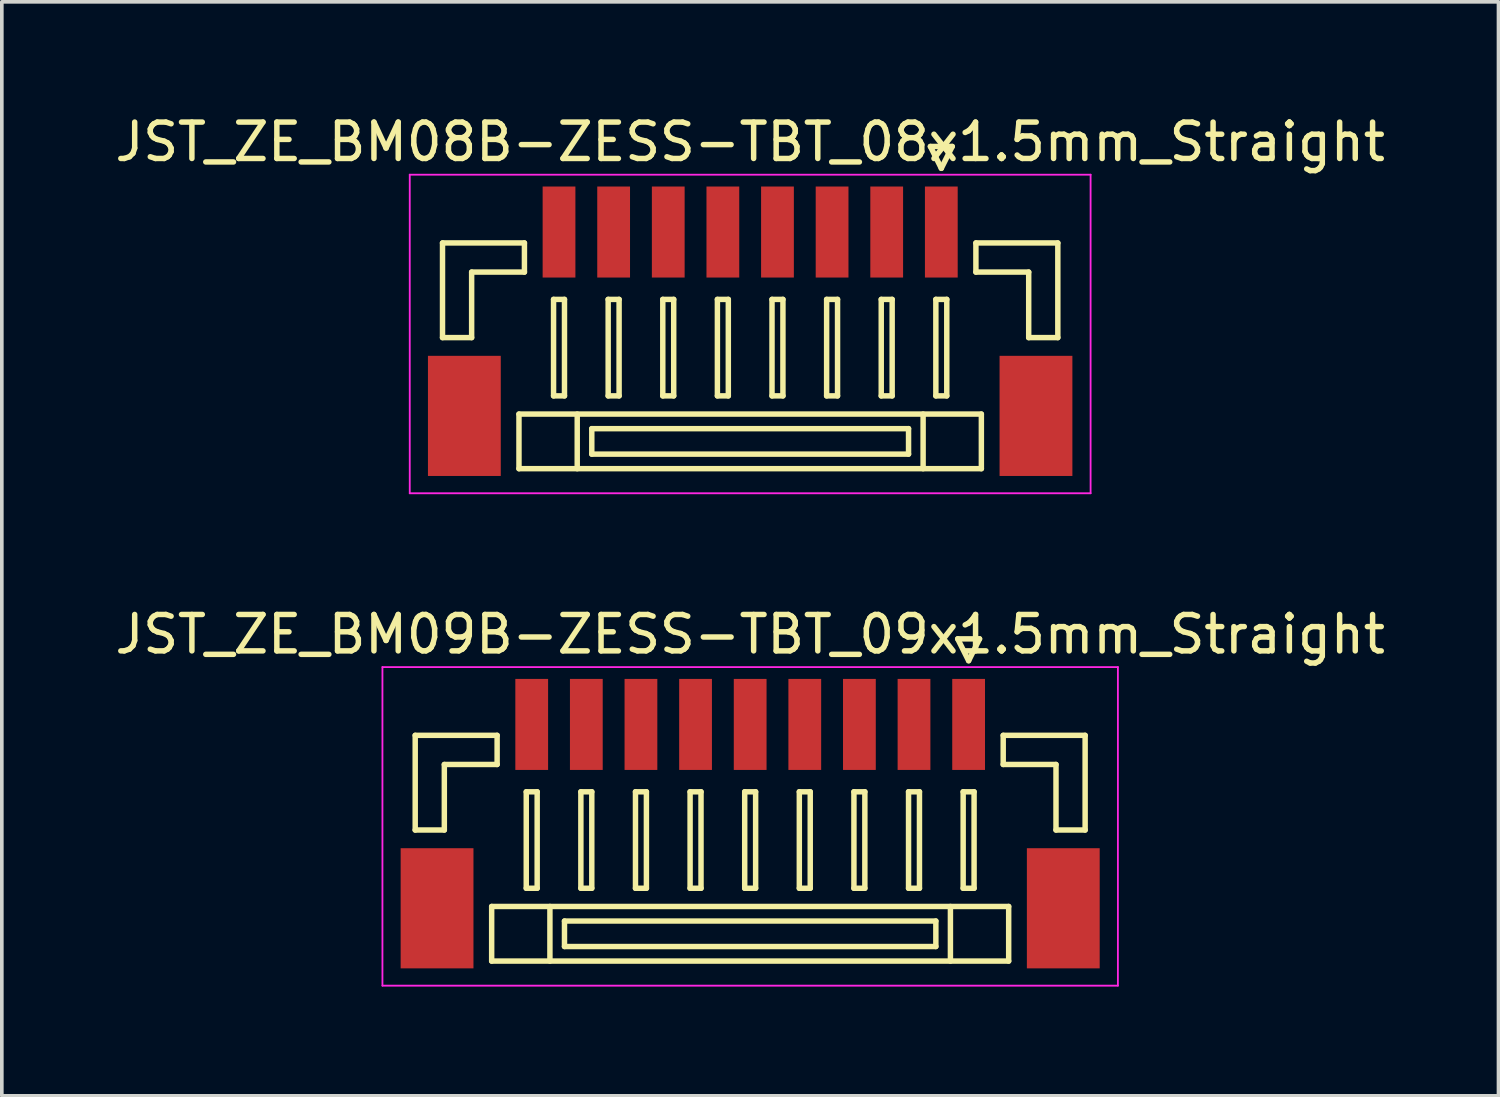
<source format=kicad_pcb>
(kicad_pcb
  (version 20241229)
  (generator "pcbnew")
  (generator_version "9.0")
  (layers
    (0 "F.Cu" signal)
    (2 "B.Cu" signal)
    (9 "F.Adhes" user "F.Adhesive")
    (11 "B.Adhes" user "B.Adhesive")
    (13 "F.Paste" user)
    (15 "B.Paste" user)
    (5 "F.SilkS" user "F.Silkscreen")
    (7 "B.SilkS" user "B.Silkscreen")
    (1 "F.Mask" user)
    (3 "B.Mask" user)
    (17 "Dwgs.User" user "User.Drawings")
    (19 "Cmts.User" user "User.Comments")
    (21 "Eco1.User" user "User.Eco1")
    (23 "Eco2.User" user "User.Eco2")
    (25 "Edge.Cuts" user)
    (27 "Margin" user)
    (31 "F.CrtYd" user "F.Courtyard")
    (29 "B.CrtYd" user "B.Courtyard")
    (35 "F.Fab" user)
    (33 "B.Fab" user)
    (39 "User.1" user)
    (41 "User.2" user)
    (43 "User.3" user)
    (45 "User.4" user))
  (footprint "JST_ZE_BM08B-ZESS-TBT_08x1.5mm_Straight"
    (layer "F.Cu")
    (at 17.554 5.848)
    (property "Reference" "JST_ZE_BM08B-ZESS-TBT_08x1.5mm_Straight" (at 0 -5 0) (layer "F.SilkS") (effects (font (size 1 1) (thickness 0.15))))
    (attr smd)
    (fp_line (start -8.45 -2.225) (end -8.45 0.375) (stroke (width 0.15) (type solid)) (layer "F.SilkS"))
    (fp_line (start -8.45 0.375) (end -7.65 0.375) (stroke (width 0.15) (type solid)) (layer "F.SilkS"))
    (fp_line (start -7.65 -1.425) (end -6.2 -1.425) (stroke (width 0.15) (type solid)) (layer "F.SilkS"))
    (fp_line (start -7.65 0.375) (end -7.65 -1.425) (stroke (width 0.15) (type solid)) (layer "F.SilkS"))
    (fp_line (start -6.35 2.475) (end -6.35 3.975) (stroke (width 0.15) (type solid)) (layer "F.SilkS"))
    (fp_line (start -6.35 3.975) (end 6.35 3.975) (stroke (width 0.15) (type solid)) (layer "F.SilkS"))
    (fp_line (start -6.2 -2.225) (end -8.45 -2.225) (stroke (width 0.15) (type solid)) (layer "F.SilkS"))
    (fp_line (start -6.2 -1.425) (end -6.2 -2.225) (stroke (width 0.15) (type solid)) (layer "F.SilkS"))
    (fp_line (start -5.4 -0.675) (end -5.4 1.975) (stroke (width 0.15) (type solid)) (layer "F.SilkS"))
    (fp_line (start -5.4 1.975) (end -5.1 1.975) (stroke (width 0.15) (type solid)) (layer "F.SilkS"))
    (fp_line (start -5.1 -0.675) (end -5.4 -0.675) (stroke (width 0.15) (type solid)) (layer "F.SilkS"))
    (fp_line (start -5.1 1.975) (end -5.1 -0.675) (stroke (width 0.15) (type solid)) (layer "F.SilkS"))
    (fp_line (start -4.75 2.475) (end -4.75 3.975) (stroke (width 0.15) (type solid)) (layer "F.SilkS"))
    (fp_line (start -4.35 2.875) (end -4.35 3.575) (stroke (width 0.15) (type solid)) (layer "F.SilkS"))
    (fp_line (start -4.35 3.575) (end 4.35 3.575) (stroke (width 0.15) (type solid)) (layer "F.SilkS"))
    (fp_line (start -3.9 -0.675) (end -3.9 1.975) (stroke (width 0.15) (type solid)) (layer "F.SilkS"))
    (fp_line (start -3.9 1.975) (end -3.6 1.975) (stroke (width 0.15) (type solid)) (layer "F.SilkS"))
    (fp_line (start -3.6 -0.675) (end -3.9 -0.675) (stroke (width 0.15) (type solid)) (layer "F.SilkS"))
    (fp_line (start -3.6 1.975) (end -3.6 -0.675) (stroke (width 0.15) (type solid)) (layer "F.SilkS"))
    (fp_line (start -2.4 -0.675) (end -2.4 1.975) (stroke (width 0.15) (type solid)) (layer "F.SilkS"))
    (fp_line (start -2.4 1.975) (end -2.1 1.975) (stroke (width 0.15) (type solid)) (layer "F.SilkS"))
    (fp_line (start -2.1 -0.675) (end -2.4 -0.675) (stroke (width 0.15) (type solid)) (layer "F.SilkS"))
    (fp_line (start -2.1 1.975) (end -2.1 -0.675) (stroke (width 0.15) (type solid)) (layer "F.SilkS"))
    (fp_line (start -0.9 -0.675) (end -0.9 1.975) (stroke (width 0.15) (type solid)) (layer "F.SilkS"))
    (fp_line (start -0.9 1.975) (end -0.6 1.975) (stroke (width 0.15) (type solid)) (layer "F.SilkS"))
    (fp_line (start -0.6 -0.675) (end -0.9 -0.675) (stroke (width 0.15) (type solid)) (layer "F.SilkS"))
    (fp_line (start -0.6 1.975) (end -0.6 -0.675) (stroke (width 0.15) (type solid)) (layer "F.SilkS"))
    (fp_line (start 0.6 -0.675) (end 0.6 1.975) (stroke (width 0.15) (type solid)) (layer "F.SilkS"))
    (fp_line (start 0.6 1.975) (end 0.9 1.975) (stroke (width 0.15) (type solid)) (layer "F.SilkS"))
    (fp_line (start 0.9 -0.675) (end 0.6 -0.675) (stroke (width 0.15) (type solid)) (layer "F.SilkS"))
    (fp_line (start 0.9 1.975) (end 0.9 -0.675) (stroke (width 0.15) (type solid)) (layer "F.SilkS"))
    (fp_line (start 2.1 -0.675) (end 2.1 1.975) (stroke (width 0.15) (type solid)) (layer "F.SilkS"))
    (fp_line (start 2.1 1.975) (end 2.4 1.975) (stroke (width 0.15) (type solid)) (layer "F.SilkS"))
    (fp_line (start 2.4 -0.675) (end 2.1 -0.675) (stroke (width 0.15) (type solid)) (layer "F.SilkS"))
    (fp_line (start 2.4 1.975) (end 2.4 -0.675) (stroke (width 0.15) (type solid)) (layer "F.SilkS"))
    (fp_line (start 3.6 -0.675) (end 3.6 1.975) (stroke (width 0.15) (type solid)) (layer "F.SilkS"))
    (fp_line (start 3.6 1.975) (end 3.9 1.975) (stroke (width 0.15) (type solid)) (layer "F.SilkS"))
    (fp_line (start 3.9 -0.675) (end 3.6 -0.675) (stroke (width 0.15) (type solid)) (layer "F.SilkS"))
    (fp_line (start 3.9 1.975) (end 3.9 -0.675) (stroke (width 0.15) (type solid)) (layer "F.SilkS"))
    (fp_line (start 4.35 2.875) (end -4.35 2.875) (stroke (width 0.15) (type solid)) (layer "F.SilkS"))
    (fp_line (start 4.35 3.575) (end 4.35 2.875) (stroke (width 0.15) (type solid)) (layer "F.SilkS"))
    (fp_line (start 4.75 2.475) (end 4.75 3.975) (stroke (width 0.15) (type solid)) (layer "F.SilkS"))
    (fp_line (start 4.95 -4.875) (end 5.25 -4.275) (stroke (width 0.15) (type solid)) (layer "F.SilkS"))
    (fp_line (start 5.1 -0.675) (end 5.1 1.975) (stroke (width 0.15) (type solid)) (layer "F.SilkS"))
    (fp_line (start 5.1 1.975) (end 5.4 1.975) (stroke (width 0.15) (type solid)) (layer "F.SilkS"))
    (fp_line (start 5.25 -4.275) (end 5.55 -4.875) (stroke (width 0.15) (type solid)) (layer "F.SilkS"))
    (fp_line (start 5.4 -0.675) (end 5.1 -0.675) (stroke (width 0.15) (type solid)) (layer "F.SilkS"))
    (fp_line (start 5.4 1.975) (end 5.4 -0.675) (stroke (width 0.15) (type solid)) (layer "F.SilkS"))
    (fp_line (start 5.55 -4.875) (end 4.95 -4.875) (stroke (width 0.15) (type solid)) (layer "F.SilkS"))
    (fp_line (start 6.2 -2.225) (end 8.45 -2.225) (stroke (width 0.15) (type solid)) (layer "F.SilkS"))
    (fp_line (start 6.2 -1.425) (end 6.2 -2.225) (stroke (width 0.15) (type solid)) (layer "F.SilkS"))
    (fp_line (start 6.35 2.475) (end -6.35 2.475) (stroke (width 0.15) (type solid)) (layer "F.SilkS"))
    (fp_line (start 6.35 3.975) (end 6.35 2.475) (stroke (width 0.15) (type solid)) (layer "F.SilkS"))
    (fp_line (start 7.65 -1.425) (end 6.2 -1.425) (stroke (width 0.15) (type solid)) (layer "F.SilkS"))
    (fp_line (start 7.65 0.375) (end 7.65 -1.425) (stroke (width 0.15) (type solid)) (layer "F.SilkS"))
    (fp_line (start 8.45 -2.225) (end 8.45 0.375) (stroke (width 0.15) (type solid)) (layer "F.SilkS"))
    (fp_line (start 8.45 0.375) (end 7.65 0.375) (stroke (width 0.15) (type solid)) (layer "F.SilkS"))
    (fp_line (start -9.35 -4.1) (end -9.35 4.65) (stroke (width 0.05) (type solid)) (layer "F.CrtYd"))
    (fp_line (start -9.35 4.65) (end 9.35 4.65) (stroke (width 0.05) (type solid)) (layer "F.CrtYd"))
    (fp_line (start 9.35 -4.1) (end -9.35 -4.1) (stroke (width 0.05) (type solid)) (layer "F.CrtYd"))
    (fp_line (start 9.35 4.65) (end 9.35 -4.1) (stroke (width 0.05) (type solid)) (layer "F.CrtYd"))
    (pad "" smd rect (at -7.85 2.525) (size 2 3.3) (layers "F.Cu" "F.Mask" "F.Paste"))
    (pad "" smd rect (at 7.85 2.525) (size 2 3.3) (layers "F.Cu" "F.Mask" "F.Paste"))
    (pad "1" smd rect (at 5.25 -2.525) (size 0.9 2.5) (layers "F.Cu" "F.Mask" "F.Paste"))
    (pad "2" smd rect (at 3.75 -2.525) (size 0.9 2.5) (layers "F.Cu" "F.Mask" "F.Paste"))
    (pad "3" smd rect (at 2.25 -2.525) (size 0.9 2.5) (layers "F.Cu" "F.Mask" "F.Paste"))
    (pad "4" smd rect (at 0.75 -2.525) (size 0.9 2.5) (layers "F.Cu" "F.Mask" "F.Paste"))
    (pad "5" smd rect (at -0.75 -2.525) (size 0.9 2.5) (layers "F.Cu" "F.Mask" "F.Paste"))
    (pad "6" smd rect (at -2.25 -2.525) (size 0.9 2.5) (layers "F.Cu" "F.Mask" "F.Paste"))
    (pad "7" smd rect (at -3.75 -2.525) (size 0.9 2.5) (layers "F.Cu" "F.Mask" "F.Paste"))
    (pad "8" smd rect (at -5.25 -2.525) (size 0.9 2.5) (layers "F.Cu" "F.Mask" "F.Paste")))
  (footprint "JST_ZE_BM09B-ZESS-TBT_09x1.5mm_Straight"
    (layer "F.Cu")
    (at 17.554 19.372)
    (property "Reference" "JST_ZE_BM09B-ZESS-TBT_09x1.5mm_Straight" (at 0 -5 0) (layer "F.SilkS") (effects (font (size 1 1) (thickness 0.15))))
    (attr smd)
    (fp_line (start -9.2 -2.225) (end -9.2 0.375) (stroke (width 0.15) (type solid)) (layer "F.SilkS"))
    (fp_line (start -9.2 0.375) (end -8.4 0.375) (stroke (width 0.15) (type solid)) (layer "F.SilkS"))
    (fp_line (start -8.4 -1.425) (end -6.95 -1.425) (stroke (width 0.15) (type solid)) (layer "F.SilkS"))
    (fp_line (start -8.4 0.375) (end -8.4 -1.425) (stroke (width 0.15) (type solid)) (layer "F.SilkS"))
    (fp_line (start -7.1 2.475) (end -7.1 3.975) (stroke (width 0.15) (type solid)) (layer "F.SilkS"))
    (fp_line (start -7.1 3.975) (end 7.1 3.975) (stroke (width 0.15) (type solid)) (layer "F.SilkS"))
    (fp_line (start -6.95 -2.225) (end -9.2 -2.225) (stroke (width 0.15) (type solid)) (layer "F.SilkS"))
    (fp_line (start -6.95 -1.425) (end -6.95 -2.225) (stroke (width 0.15) (type solid)) (layer "F.SilkS"))
    (fp_line (start -6.15 -0.675) (end -6.15 1.975) (stroke (width 0.15) (type solid)) (layer "F.SilkS"))
    (fp_line (start -6.15 1.975) (end -5.85 1.975) (stroke (width 0.15) (type solid)) (layer "F.SilkS"))
    (fp_line (start -5.85 -0.675) (end -6.15 -0.675) (stroke (width 0.15) (type solid)) (layer "F.SilkS"))
    (fp_line (start -5.85 1.975) (end -5.85 -0.675) (stroke (width 0.15) (type solid)) (layer "F.SilkS"))
    (fp_line (start -5.5 2.475) (end -5.5 3.975) (stroke (width 0.15) (type solid)) (layer "F.SilkS"))
    (fp_line (start -5.1 2.875) (end -5.1 3.575) (stroke (width 0.15) (type solid)) (layer "F.SilkS"))
    (fp_line (start -5.1 3.575) (end 5.1 3.575) (stroke (width 0.15) (type solid)) (layer "F.SilkS"))
    (fp_line (start -4.65 -0.675) (end -4.65 1.975) (stroke (width 0.15) (type solid)) (layer "F.SilkS"))
    (fp_line (start -4.65 1.975) (end -4.35 1.975) (stroke (width 0.15) (type solid)) (layer "F.SilkS"))
    (fp_line (start -4.35 -0.675) (end -4.65 -0.675) (stroke (width 0.15) (type solid)) (layer "F.SilkS"))
    (fp_line (start -4.35 1.975) (end -4.35 -0.675) (stroke (width 0.15) (type solid)) (layer "F.SilkS"))
    (fp_line (start -3.15 -0.675) (end -3.15 1.975) (stroke (width 0.15) (type solid)) (layer "F.SilkS"))
    (fp_line (start -3.15 1.975) (end -2.85 1.975) (stroke (width 0.15) (type solid)) (layer "F.SilkS"))
    (fp_line (start -2.85 -0.675) (end -3.15 -0.675) (stroke (width 0.15) (type solid)) (layer "F.SilkS"))
    (fp_line (start -2.85 1.975) (end -2.85 -0.675) (stroke (width 0.15) (type solid)) (layer "F.SilkS"))
    (fp_line (start -1.65 -0.675) (end -1.65 1.975) (stroke (width 0.15) (type solid)) (layer "F.SilkS"))
    (fp_line (start -1.65 1.975) (end -1.35 1.975) (stroke (width 0.15) (type solid)) (layer "F.SilkS"))
    (fp_line (start -1.35 -0.675) (end -1.65 -0.675) (stroke (width 0.15) (type solid)) (layer "F.SilkS"))
    (fp_line (start -1.35 1.975) (end -1.35 -0.675) (stroke (width 0.15) (type solid)) (layer "F.SilkS"))
    (fp_line (start -0.15 -0.675) (end -0.15 1.975) (stroke (width 0.15) (type solid)) (layer "F.SilkS"))
    (fp_line (start -0.15 1.975) (end 0.15 1.975) (stroke (width 0.15) (type solid)) (layer "F.SilkS"))
    (fp_line (start 0.15 -0.675) (end -0.15 -0.675) (stroke (width 0.15) (type solid)) (layer "F.SilkS"))
    (fp_line (start 0.15 1.975) (end 0.15 -0.675) (stroke (width 0.15) (type solid)) (layer "F.SilkS"))
    (fp_line (start 1.35 -0.675) (end 1.35 1.975) (stroke (width 0.15) (type solid)) (layer "F.SilkS"))
    (fp_line (start 1.35 1.975) (end 1.65 1.975) (stroke (width 0.15) (type solid)) (layer "F.SilkS"))
    (fp_line (start 1.65 -0.675) (end 1.35 -0.675) (stroke (width 0.15) (type solid)) (layer "F.SilkS"))
    (fp_line (start 1.65 1.975) (end 1.65 -0.675) (stroke (width 0.15) (type solid)) (layer "F.SilkS"))
    (fp_line (start 2.85 -0.675) (end 2.85 1.975) (stroke (width 0.15) (type solid)) (layer "F.SilkS"))
    (fp_line (start 2.85 1.975) (end 3.15 1.975) (stroke (width 0.15) (type solid)) (layer "F.SilkS"))
    (fp_line (start 3.15 -0.675) (end 2.85 -0.675) (stroke (width 0.15) (type solid)) (layer "F.SilkS"))
    (fp_line (start 3.15 1.975) (end 3.15 -0.675) (stroke (width 0.15) (type solid)) (layer "F.SilkS"))
    (fp_line (start 4.35 -0.675) (end 4.35 1.975) (stroke (width 0.15) (type solid)) (layer "F.SilkS"))
    (fp_line (start 4.35 1.975) (end 4.65 1.975) (stroke (width 0.15) (type solid)) (layer "F.SilkS"))
    (fp_line (start 4.65 -0.675) (end 4.35 -0.675) (stroke (width 0.15) (type solid)) (layer "F.SilkS"))
    (fp_line (start 4.65 1.975) (end 4.65 -0.675) (stroke (width 0.15) (type solid)) (layer "F.SilkS"))
    (fp_line (start 5.1 2.875) (end -5.1 2.875) (stroke (width 0.15) (type solid)) (layer "F.SilkS"))
    (fp_line (start 5.1 3.575) (end 5.1 2.875) (stroke (width 0.15) (type solid)) (layer "F.SilkS"))
    (fp_line (start 5.5 2.475) (end 5.5 3.975) (stroke (width 0.15) (type solid)) (layer "F.SilkS"))
    (fp_line (start 5.7 -4.875) (end 6 -4.275) (stroke (width 0.15) (type solid)) (layer "F.SilkS"))
    (fp_line (start 5.85 -0.675) (end 5.85 1.975) (stroke (width 0.15) (type solid)) (layer "F.SilkS"))
    (fp_line (start 5.85 1.975) (end 6.15 1.975) (stroke (width 0.15) (type solid)) (layer "F.SilkS"))
    (fp_line (start 6 -4.275) (end 6.3 -4.875) (stroke (width 0.15) (type solid)) (layer "F.SilkS"))
    (fp_line (start 6.15 -0.675) (end 5.85 -0.675) (stroke (width 0.15) (type solid)) (layer "F.SilkS"))
    (fp_line (start 6.15 1.975) (end 6.15 -0.675) (stroke (width 0.15) (type solid)) (layer "F.SilkS"))
    (fp_line (start 6.3 -4.875) (end 5.7 -4.875) (stroke (width 0.15) (type solid)) (layer "F.SilkS"))
    (fp_line (start 6.95 -2.225) (end 9.2 -2.225) (stroke (width 0.15) (type solid)) (layer "F.SilkS"))
    (fp_line (start 6.95 -1.425) (end 6.95 -2.225) (stroke (width 0.15) (type solid)) (layer "F.SilkS"))
    (fp_line (start 7.1 2.475) (end -7.1 2.475) (stroke (width 0.15) (type solid)) (layer "F.SilkS"))
    (fp_line (start 7.1 3.975) (end 7.1 2.475) (stroke (width 0.15) (type solid)) (layer "F.SilkS"))
    (fp_line (start 8.4 -1.425) (end 6.95 -1.425) (stroke (width 0.15) (type solid)) (layer "F.SilkS"))
    (fp_line (start 8.4 0.375) (end 8.4 -1.425) (stroke (width 0.15) (type solid)) (layer "F.SilkS"))
    (fp_line (start 9.2 -2.225) (end 9.2 0.375) (stroke (width 0.15) (type solid)) (layer "F.SilkS"))
    (fp_line (start 9.2 0.375) (end 8.4 0.375) (stroke (width 0.15) (type solid)) (layer "F.SilkS"))
    (fp_line (start -10.1 -4.1) (end -10.1 4.65) (stroke (width 0.05) (type solid)) (layer "F.CrtYd"))
    (fp_line (start -10.1 4.65) (end 10.1 4.65) (stroke (width 0.05) (type solid)) (layer "F.CrtYd"))
    (fp_line (start 10.1 -4.1) (end -10.1 -4.1) (stroke (width 0.05) (type solid)) (layer "F.CrtYd"))
    (fp_line (start 10.1 4.65) (end 10.1 -4.1) (stroke (width 0.05) (type solid)) (layer "F.CrtYd"))
    (pad "" smd rect (at -8.6 2.525) (size 2 3.3) (layers "F.Cu" "F.Mask" "F.Paste"))
    (pad "" smd rect (at 8.6 2.525) (size 2 3.3) (layers "F.Cu" "F.Mask" "F.Paste"))
    (pad "1" smd rect (at 6 -2.525) (size 0.9 2.5) (layers "F.Cu" "F.Mask" "F.Paste"))
    (pad "2" smd rect (at 4.5 -2.525) (size 0.9 2.5) (layers "F.Cu" "F.Mask" "F.Paste"))
    (pad "3" smd rect (at 3 -2.525) (size 0.9 2.5) (layers "F.Cu" "F.Mask" "F.Paste"))
    (pad "4" smd rect (at 1.5 -2.525) (size 0.9 2.5) (layers "F.Cu" "F.Mask" "F.Paste"))
    (pad "5" smd rect (at 0 -2.525) (size 0.9 2.5) (layers "F.Cu" "F.Mask" "F.Paste"))
    (pad "6" smd rect (at -1.5 -2.525) (size 0.9 2.5) (layers "F.Cu" "F.Mask" "F.Paste"))
    (pad "7" smd rect (at -3 -2.525) (size 0.9 2.5) (layers "F.Cu" "F.Mask" "F.Paste"))
    (pad "8" smd rect (at -4.5 -2.525) (size 0.9 2.5) (layers "F.Cu" "F.Mask" "F.Paste"))
    (pad "9" smd rect (at -6 -2.525) (size 0.9 2.5) (layers "F.Cu" "F.Mask" "F.Paste")))
  (gr_rect
    (start -3 -3)
    (end 38.107 27.047)
    (stroke (width 0.1) (type default))
    (fill no)
    (layer "Edge.Cuts")))
</source>
